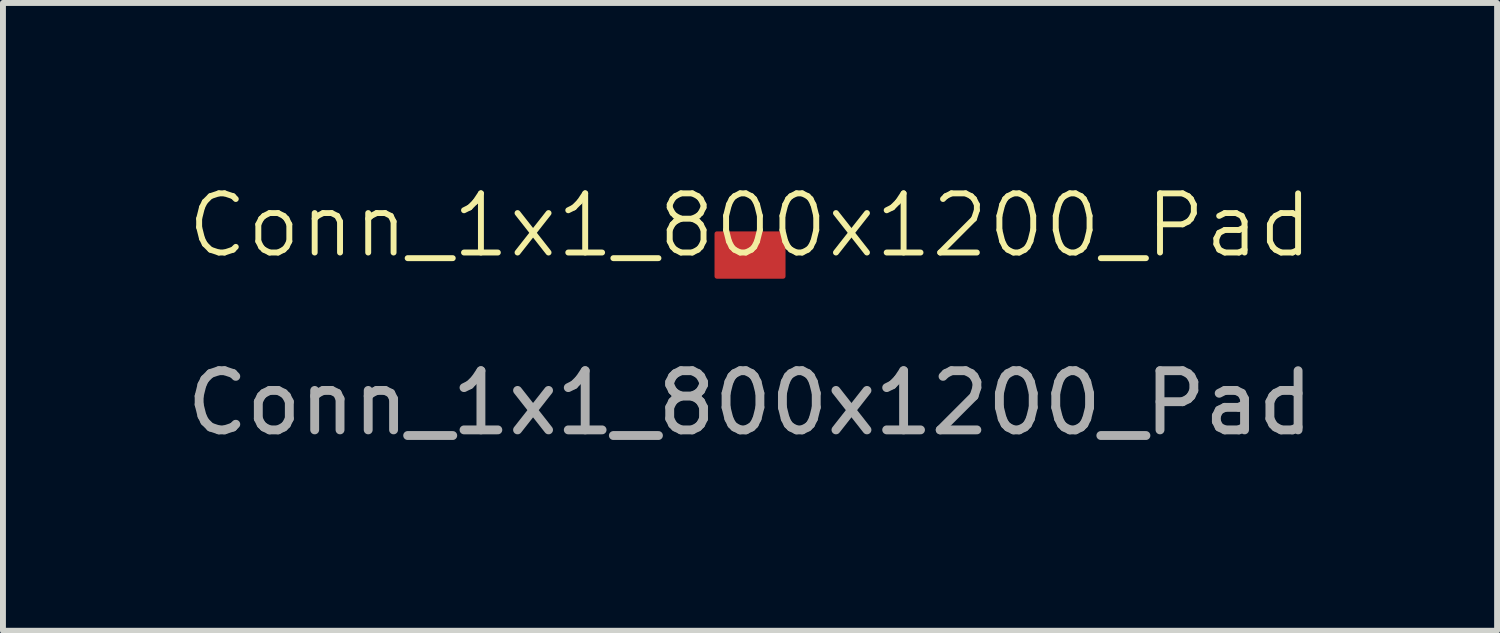
<source format=kicad_pcb>
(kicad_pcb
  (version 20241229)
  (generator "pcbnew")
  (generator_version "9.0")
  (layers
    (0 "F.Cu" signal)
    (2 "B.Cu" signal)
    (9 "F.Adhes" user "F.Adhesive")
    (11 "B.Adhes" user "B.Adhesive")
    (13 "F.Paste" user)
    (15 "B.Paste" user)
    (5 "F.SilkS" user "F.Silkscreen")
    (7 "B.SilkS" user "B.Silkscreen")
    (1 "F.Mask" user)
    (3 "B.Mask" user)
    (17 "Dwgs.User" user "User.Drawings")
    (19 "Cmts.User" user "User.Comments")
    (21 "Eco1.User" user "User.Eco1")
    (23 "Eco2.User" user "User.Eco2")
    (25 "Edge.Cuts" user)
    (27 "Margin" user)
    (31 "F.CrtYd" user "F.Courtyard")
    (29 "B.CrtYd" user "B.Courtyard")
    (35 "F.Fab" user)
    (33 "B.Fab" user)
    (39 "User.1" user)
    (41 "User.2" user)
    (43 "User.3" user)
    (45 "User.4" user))
  (footprint "Conn_1x1_800x1200_Pad"
    (layer "F.Cu")
    (at 9.625 1.26)
    (property "Reference" "Conn_1x1_800x1200_Pad" (at 0 -0.5 0) (unlocked yes) (layer "F.SilkS") (effects (font (size 1 1) (thickness 0.1))))
    (attr smd)
    (fp_text user "${REFERENCE}" (at 0 2.5 0) (unlocked yes) (layer "F.Fab") (effects (font (size 1 1) (thickness 0.15))))
    (pad "1" smd roundrect (at 0 0 90) (size 0.8 1.2) (layers "F.Cu" "F.Mask" "F.Paste") (roundrect_rratio 0.05)))
  (gr_rect
    (start -3 -3)
    (end 22.25 7.609)
    (stroke (width 0.1) (type default))
    (fill no)
    (layer "Edge.Cuts")))
</source>
